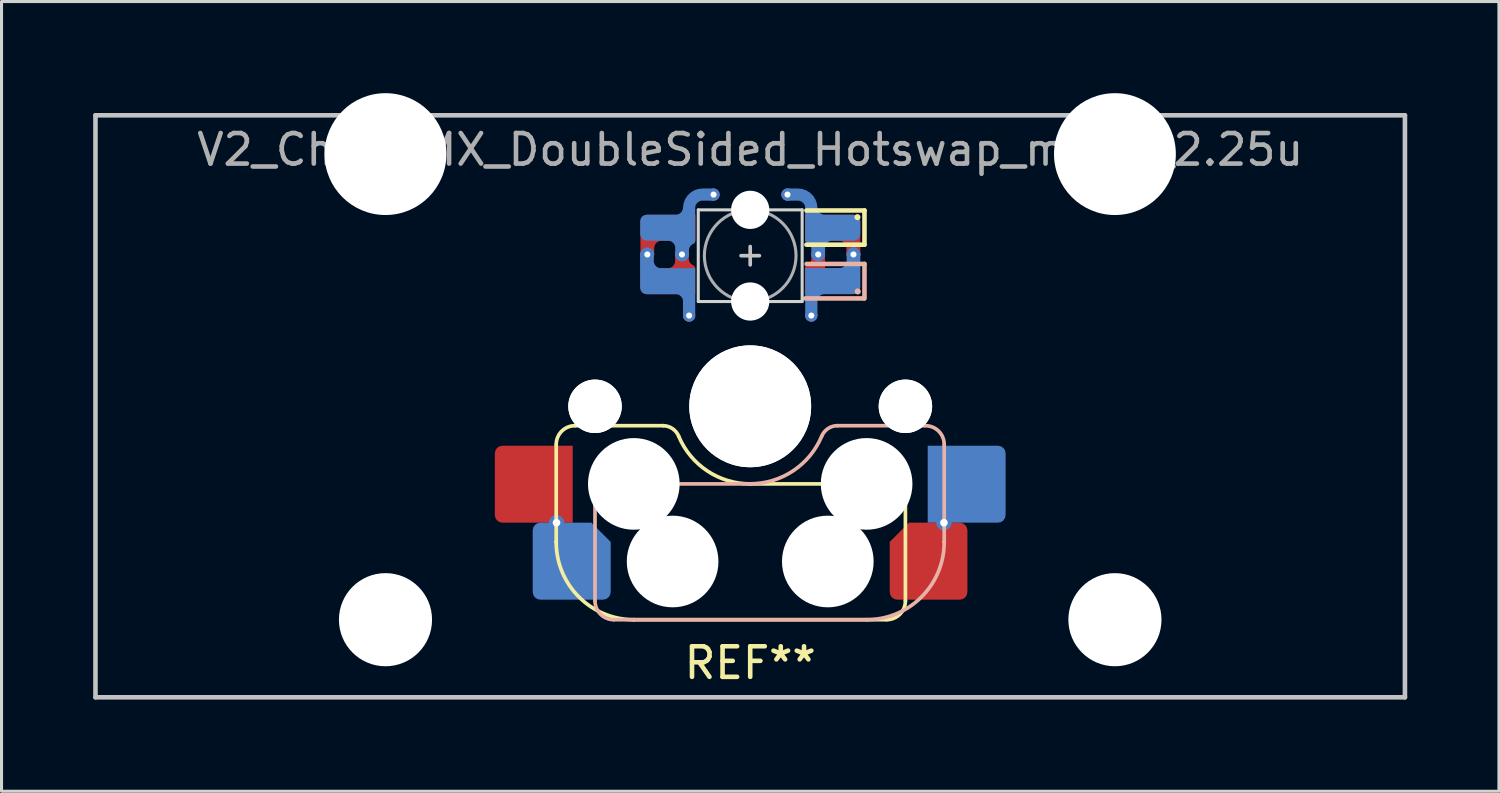
<source format=kicad_pcb>
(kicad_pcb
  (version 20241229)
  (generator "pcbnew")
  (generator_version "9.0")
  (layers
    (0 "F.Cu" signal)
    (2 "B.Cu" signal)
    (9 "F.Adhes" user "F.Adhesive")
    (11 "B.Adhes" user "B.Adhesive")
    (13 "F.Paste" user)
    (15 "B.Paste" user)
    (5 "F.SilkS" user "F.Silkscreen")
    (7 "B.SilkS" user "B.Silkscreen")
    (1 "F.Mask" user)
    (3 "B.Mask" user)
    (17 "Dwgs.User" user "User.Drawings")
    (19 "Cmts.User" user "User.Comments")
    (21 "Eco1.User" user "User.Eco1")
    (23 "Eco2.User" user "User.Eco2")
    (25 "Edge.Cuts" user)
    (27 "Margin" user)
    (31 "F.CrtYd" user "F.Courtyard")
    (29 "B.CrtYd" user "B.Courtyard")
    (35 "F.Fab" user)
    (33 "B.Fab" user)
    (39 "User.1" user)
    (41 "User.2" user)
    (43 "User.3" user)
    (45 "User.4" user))
  (footprint "V2_CherryMX_DoubleSided_Hotswap_miniE_2.25u"
    (layer "F.Cu")
    (at 21.506 10.249)
    (property "Reference" "V2_CherryMX_DoubleSided_Hotswap_miniE_2.25u" (at 0 -8.4 0) (layer "F.Fab") (effects (font (size 1 1) (thickness 0.15))))
    (attr through_hole)
    (fp_line (start -6.35 4.445) (end -6.35 1.26) (stroke (width 0.12) (type solid)) (layer "F.SilkS"))
    (fp_line (start -6.35 4.445) (end -6.35 4.445) (stroke (width 0.12) (type solid)) (layer "F.SilkS"))
    (fp_line (start -5.73 0.635) (end -2.84 0.635) (stroke (width 0.12) (type solid)) (layer "F.SilkS"))
    (fp_line (start -3.81 6.985) (end -3.81 6.985) (stroke (width 0.12) (type solid)) (layer "F.SilkS"))
    (fp_line (start -3.81 6.985) (end 4.46 6.985) (stroke (width 0.12) (type solid)) (layer "F.SilkS"))
    (fp_line (start 0 2.54) (end 0 2.54) (stroke (width 0.12) (type solid)) (layer "F.SilkS"))
    (fp_line (start 0 2.54) (end 5.08 2.54) (stroke (width 0.12) (type solid)) (layer "F.SilkS"))
    (fp_line (start 3.74 -6.41) (end 1.84 -6.41) (stroke (width 0.15) (type solid)) (layer "F.SilkS"))
    (fp_line (start 3.74 -5.29) (end 1.84 -5.29) (stroke (width 0.15) (type solid)) (layer "F.SilkS"))
    (fp_line (start 3.74 -5.29) (end 3.74 -6.41) (stroke (width 0.15) (type solid)) (layer "F.SilkS"))
    (fp_line (start 5.08 2.54) (end 5.08 2.54) (stroke (width 0.12) (type solid)) (layer "F.SilkS"))
    (fp_line (start 5.08 2.54) (end 5.08 2.54) (stroke (width 0.12) (type solid)) (layer "F.SilkS"))
    (fp_line (start 5.08 6.37) (end 5.08 2.54) (stroke (width 0.12) (type solid)) (layer "F.SilkS"))
    (fp_arc (start -6.35 1.25) (mid -6.169871 0.815129) (end -5.735 0.635) (stroke (width 0.12) (type default)) (layer "F.SilkS"))
    (fp_arc (start -3.81 6.985) (mid -5.606051 6.241051) (end -6.35 4.445) (stroke (width 0.12) (type solid)) (layer "F.SilkS"))
    (fp_arc (start -2.840072 0.635) (mid -2.539135 0.734322) (end -2.34 0.980845) (stroke (width 0.12) (type default)) (layer "F.SilkS"))
    (fp_arc (start 0 2.54) (mid -1.405311 2.115199) (end -2.34 0.983072) (stroke (width 0.12) (type solid)) (layer "F.SilkS"))
    (fp_arc (start 5.080129 6.37) (mid 4.900006 6.804877) (end 4.465129 6.985) (stroke (width 0.12) (type default)) (layer "F.SilkS"))
    (fp_circle (center 3.51 -6.19) (end 3.41 -6.19) (stroke (width 0) (type solid)) (fill yes) (layer "F.SilkS"))
    (fp_line (start -5.08 2.54) (end -5.08 2.54) (stroke (width 0.12) (type solid)) (layer "B.SilkS"))
    (fp_line (start -5.08 2.54) (end -5.08 2.54) (stroke (width 0.12) (type solid)) (layer "B.SilkS"))
    (fp_line (start -5.08 6.36) (end -5.08 2.54) (stroke (width 0.12) (type solid)) (layer "B.SilkS"))
    (fp_line (start -4.46 6.985) (end 3.81 6.985) (stroke (width 0.12) (type solid)) (layer "B.SilkS"))
    (fp_line (start 0 2.54) (end -5.08 2.54) (stroke (width 0.12) (type solid)) (layer "B.SilkS"))
    (fp_line (start 0 2.54) (end 0 2.54) (stroke (width 0.12) (type solid)) (layer "B.SilkS"))
    (fp_line (start 1.8 -3.53) (end 3.724 -3.53) (stroke (width 0.15) (type solid)) (layer "B.SilkS"))
    (fp_line (start 2.86 0.635) (end 5.72 0.635) (stroke (width 0.12) (type solid)) (layer "B.SilkS"))
    (fp_line (start 3.74 -4.66) (end 1.846 -4.66) (stroke (width 0.15) (type solid)) (layer "B.SilkS"))
    (fp_line (start 3.74 -3.53) (end 3.74 -4.66) (stroke (width 0.15) (type solid)) (layer "B.SilkS"))
    (fp_line (start 3.81 6.985) (end 3.81 6.985) (stroke (width 0.12) (type solid)) (layer "B.SilkS"))
    (fp_line (start 6.35 1.25) (end 6.35 4.445) (stroke (width 0.12) (type solid)) (layer "B.SilkS"))
    (fp_line (start 6.35 4.445) (end 6.35 4.445) (stroke (width 0.12) (type solid)) (layer "B.SilkS"))
    (fp_arc (start -4.465 6.985) (mid -4.899871 6.804871) (end -5.08 6.37) (stroke (width 0.12) (type default)) (layer "B.SilkS"))
    (fp_arc (start 2.34 0.98) (mid 1.405313 2.11213) (end 0 2.536928) (stroke (width 0.12) (type solid)) (layer "B.SilkS"))
    (fp_arc (start 2.34 0.98) (mid 2.547385 0.72789) (end 2.859999 0.633863) (stroke (width 0.12) (type default)) (layer "B.SilkS"))
    (fp_arc (start 5.735129 0.635) (mid 6.170006 0.815123) (end 6.350129 1.25) (stroke (width 0.12) (type default)) (layer "B.SilkS"))
    (fp_arc (start 6.35 4.445) (mid 5.606051 6.241051) (end 3.81 6.985) (stroke (width 0.12) (type solid)) (layer "B.SilkS"))
    (fp_circle (center 3.52 -3.76) (end 3.62 -3.76) (stroke (width 0) (type solid)) (fill yes) (layer "B.SilkS"))
    (fp_line (start -21.431 -9.525) (end 21.431 -9.525) (stroke (width 0.15) (type solid)) (layer "Dwgs.User"))
    (fp_line (start -21.431 9.525) (end -21.431 -9.525) (stroke (width 0.15) (type solid)) (layer "Dwgs.User"))
    (fp_line (start -0.3 -4.93) (end 0.3 -4.93) (stroke (width 0.12) (type solid)) (layer "Dwgs.User"))
    (fp_line (start 0 -4.63) (end 0 -5.23) (stroke (width 0.12) (type solid)) (layer "Dwgs.User"))
    (fp_line (start 21.431 -9.525) (end 21.431 9.525) (stroke (width 0.15) (type solid)) (layer "Dwgs.User"))
    (fp_line (start 21.431 9.525) (end -21.431 9.525) (stroke (width 0.15) (type solid)) (layer "Dwgs.User"))
    (fp_line (start -1.7 -6.43) (end -1.7 -3.43) (stroke (width 0.1) (type solid)) (layer "Edge.Cuts"))
    (fp_line (start 1.7 -6.43) (end -1.7 -6.43) (stroke (width 0.1) (type solid)) (layer "Edge.Cuts"))
    (fp_line (start 1.7 -3.43) (end -1.7 -3.43) (stroke (width 0.1) (type solid)) (layer "Edge.Cuts"))
    (fp_line (start 1.7 -3.43) (end 1.7 -6.43) (stroke (width 0.1) (type solid)) (layer "Edge.Cuts"))
    (fp_circle (center 0 -4.93) (end 0 -6.43) (stroke (width 0.1) (type solid)) (fill no) (layer "F.Fab"))
    (fp_line (start -9.525 9.525) (end -9.525 -9.525) (stroke (width 0.15) (type solid)) (layer "User.2"))
    (fp_line (start 9.525 -9.525) (end -9.525 -9.525) (stroke (width 0.15) (type solid)) (layer "User.2"))
    (fp_line (start 9.525 9.525) (end -9.525 9.525) (stroke (width 0.15) (type solid)) (layer "User.2"))
    (fp_line (start 9.525 9.525) (end 9.525 -9.525) (stroke (width 0.15) (type solid)) (layer "User.2"))
    (fp_text user "REF**" (at 0 8.4 0) (unlocked yes) (layer "F.SilkS") (effects (font (size 1 1) (thickness 0.15))))
    (pad "" np_thru_hole circle (at -11.938 -8.255) (size 3.988 3.988) (drill 3.988) (layers "*.Cu" "*.Mask"))
    (pad "" np_thru_hole circle (at -11.938 6.985) (size 3.048 3.048) (drill 3.048) (layers "*.Cu" "*.Mask"))
    (pad "" np_thru_hole circle (at -5.08 0 180) (size 1.75 1.75) (drill 1.75) (layers "*.Cu" "*.Mask"))
    (pad "" np_thru_hole circle (at -5.08 0 180) (size 1.75 1.75) (drill 1.75) (layers "*.Cu" "*.Mask"))
    (pad "" np_thru_hole circle (at -3.81 2.54 180) (size 3 3) (drill 3) (layers "*.Cu" "*.Mask"))
    (pad "" smd roundrect (at -2.69 -5.845) (size 1.82 0.85) (layers "B.Mask") (roundrect_rratio 0.25) (chamfer_ratio 0) (chamfer top_right bottom_right))
    (pad "" smd roundrect (at -2.69 -4.095 180) (size 1.82 0.85) (layers "F.Mask") (roundrect_rratio 0.25) (chamfer_ratio 0) (chamfer top_left bottom_left))
    (pad "" smd roundrect (at -2.69 -4.095) (size 1.82 0.84) (layers "B.Mask") (roundrect_rratio 0.25) (chamfer_ratio 0) (chamfer top_right bottom_right))
    (pad "" smd roundrect (at -2.685 -5.855 180) (size 1.83 0.85) (layers "F.Mask") (roundrect_rratio 0.25) (chamfer_ratio 0) (chamfer top_left bottom_left))
    (pad "" np_thru_hole circle (at -2.54 5.08 180) (size 3 3) (drill 3) (layers "*.Cu" "*.Mask"))
    (pad "" np_thru_hole circle (at 0 -6.43 180) (size 1.25 1.25) (drill 1.25) (layers "*.Cu" "*.Mask"))
    (pad "" np_thru_hole circle (at 0 -3.43 180) (size 1.25 1.25) (drill 1.25) (layers "*.Cu" "*.Mask"))
    (pad "" np_thru_hole circle (at 0 0 180) (size 3.988 3.988) (drill 3.988) (layers "*.Cu" "*.Mask"))
    (pad "" np_thru_hole circle (at 0 0 180) (size 3.988 3.988) (drill 3.988) (layers "*.Cu" "*.Mask"))
    (pad "" smd rect (at 2.47 -5.85) (size 1.38 0.84) (layers "F.Mask"))
    (pad "" smd rect (at 2.47 -4.09 180) (size 1.38 0.84) (layers "B.Mask"))
    (pad "" np_thru_hole circle (at 2.54 5.08 180) (size 3 3) (drill 3) (layers "*.Cu" "*.Mask"))
    (pad "" smd roundrect (at 2.685 -4.095) (size 1.83 0.85) (layers "F.Mask") (roundrect_rratio 0.25) (chamfer_ratio 0) (chamfer top_left bottom_left))
    (pad "" smd roundrect (at 2.69 -5.84 180) (size 1.82 0.84) (layers "B.Mask") (roundrect_rratio 0.25) (chamfer_ratio 0) (chamfer top_right bottom_right))
    (pad "" smd roundrect (at 2.855 -5.85) (size 1.49 0.84) (layers "F.Mask") (roundrect_rratio 0.25) (chamfer_ratio 0.5) (chamfer top_right))
    (pad "" smd roundrect (at 2.855 -4.09 180) (size 1.49 0.84) (layers "B.Mask") (roundrect_rratio 0.25) (chamfer_ratio 0.5) (chamfer top_left))
    (pad "" np_thru_hole circle (at 3.81 2.54 180) (size 3 3) (drill 3) (layers "*.Cu" "*.Mask"))
    (pad "" np_thru_hole circle (at 5.08 0 180) (size 1.75 1.75) (drill 1.75) (layers "*.Cu" "*.Mask"))
    (pad "" np_thru_hole circle (at 5.08 0 180) (size 1.75 1.75) (drill 1.75) (layers "*.Cu" "*.Mask"))
    (pad "" np_thru_hole circle (at 11.938 -8.255) (size 3.988 3.988) (drill 3.988) (layers "*.Cu" "*.Mask"))
    (pad "" np_thru_hole circle (at 11.938 6.985) (size 3.048 3.048) (drill 3.048) (layers "*.Cu" "*.Mask"))
    (pad "1" smd custom (at -2.7 -5.845) (size 0.85 0.85) (layers "B.Cu") (options (anchor circle)) (primitives (gr_arc (start 0.698874 -0.666126) (mid 0.57 -0.355) (end 0.258874 -0.226126) (width 0.4)) (gr_arc (start 0.7 -0.645) (mid 0.828874 -0.956126) (end 1.14 -1.085) (width 0.4)) (gr_line (start 1.18 -1.085) (end 1.48 -1.085) (width 0.4)) (gr_line (start 0.7 -0.645) (end 0.7 -0.165) (width 0.4)) (gr_line (start 0.47 0.875) (end 0.47 0.275) (width 0.45)) (gr_arc (start 0.592691 0.750315) (mid 0.650001 0.56089) (end 0.802705 0.435002) (width 0.2)) (gr_arc (start 0.005 0.225) (mid 0.316126 0.353874) (end 0.445 0.665) (width 0.4)) (gr_poly (pts (xy -0.9 -0.212) (xy -0.884 -0.294) (xy -0.838 -0.363) (xy -0.769 -0.409) (xy -0.688 -0.425) (xy 0.9 -0.425) (xy 0.9 0.425) (xy -0.688 0.425) (xy -0.769 0.409) (xy -0.838 0.363) (xy -0.884 0.294) (xy -0.9 0.212)) (width 0) (fill yes))))
    (pad "1" smd custom (at -2.7 -4.095) (size 0.85 0.85) (layers "F.Cu") (options (anchor circle)) (primitives (gr_arc (start 0.44 -0.665) (mid 0.311126 -0.353874) (end 0 -0.225) (width 0.4)) (gr_arc (start 0.798298 -0.429684) (mid 0.645594 -0.555573) (end 0.588284 -0.744999) (width 0.2)) (gr_line (start 0.466 -0.874) (end 0.466 -0.184) (width 0.45)) (gr_poly (pts (xy -0.9 -0.212) (xy -0.884 -0.294) (xy -0.838 -0.363) (xy -0.769 -0.409) (xy -0.688 -0.425) (xy 0.9 -0.425) (xy 0.9 0.425) (xy -0.688 0.425) (xy -0.769 0.409) (xy -0.838 0.363) (xy -0.884 0.294) (xy -0.9 0.212)) (width 0) (fill yes))))
    (pad "1" thru_hole circle (at -2.234 -4.969 180) (size 0.45 0.45) (drill 0.2) (layers "*.Cu"))
    (pad "1" thru_hole circle (at -1.2 -6.93) (size 0.4 0.4) (drill 0.2) (layers "*.Cu"))
    (pad "2" thru_hole circle (at -3.368 -4.97 180) (size 0.45 0.45) (drill 0.2) (layers "*.Cu"))
    (pad "2" smd custom (at -2.7 -4.095 180) (size 0.85 0.85) (layers "B.Cu") (options (anchor circle)) (primitives (gr_poly (pts (xy -0.9 -0.425) (xy 0.688 -0.425) (xy 0.769 -0.409) (xy 0.838 -0.363) (xy 0.884 -0.294) (xy 0.9 -0.212) (xy 0.9 0.212) (xy 0.884 0.294) (xy 0.838 0.363) (xy 0.769 0.409) (xy 0.688 0.425) (xy -0.9 0.425)) (width 0) (fill yes)) (gr_line (start -0.7 -1.125) (end -0.7 -0.225) (width 0.4)) (gr_arc (start -0.26 -0.226126) (mid -0.571126 -0.355) (end -0.7 -0.666126) (width 0.4)) (gr_line (start 0.68 0.875) (end 0.68 0.275) (width 0.45)) (gr_arc (start 0.215 0.225) (mid 0.526126 0.353874) (end 0.655 0.665) (width 0.4))))
    (pad "2" smd custom (at -2.693 -5.845 180) (size 0.85 0.85) (layers "F.Cu") (options (anchor circle)) (primitives (gr_arc (start 0.645874 -0.666126) (mid 0.517 -0.355) (end 0.205874 -0.226126) (width 0.4)) (gr_line (start 0.675 -0.875) (end 0.675 -0.135) (width 0.45)) (gr_poly (pts (xy -0.9 -0.425) (xy 0.9 -0.425) (xy 0.9 0.212) (xy 0.884 0.294) (xy 0.838 0.363) (xy 0.769 0.409) (xy 0.688 0.425) (xy -0.9 0.425)) (width 0) (fill yes))))
    (pad "2" thru_hole circle (at -2 -2.97 180) (size 0.4 0.4) (drill 0.2) (layers "*.Cu"))
    (pad "3" thru_hole circle (at 2 -2.97 180) (size 0.4 0.4) (drill 0.2) (layers "*.Cu"))
    (pad "3" smd custom (at 2.7 -4.1 180) (size 0.85 0.85) (layers "B.Cu") (options (anchor circle)) (primitives (gr_poly (pts (xy 0.9 -0.425) (xy -0.688 -0.425) (xy -0.769 -0.409) (xy -0.838 -0.363) (xy -0.884 -0.294) (xy -0.9 -0.212) (xy -0.9 0.212) (xy -0.884 0.294) (xy -0.838 0.363) (xy -0.769 0.409) (xy -0.688 0.425) (xy 0.9 0.425)) (width 0) (fill yes)) (gr_line (start 0.7 -0.225) (end 0.7 -1.125) (width 0.4)) (gr_arc (start 0.7 -0.666126) (mid 0.571126 -0.355) (end 0.26 -0.226126) (width 0.4)) (gr_line (start -0.68 0.275) (end -0.68 0.875) (width 0.45)) (gr_arc (start -0.655 0.665) (mid -0.526126 0.353874) (end -0.215 0.225) (width 0.4))))
    (pad "3" smd custom (at 2.705 -5.845 180) (size 0.85 0.85) (layers "F.Cu") (options (anchor circle)) (primitives (gr_arc (start -0.205 -0.225) (mid -0.516126 -0.353874) (end -0.645 -0.665) (width 0.4)) (gr_poly (pts (xy -0.494 -0.354) (xy -0.85 -0.354) (xy -0.85 -0.887) (xy -0.494 -0.887)) (width 0.1) (fill yes)) (gr_poly (pts (xy -0.9 -0.425) (xy 0.91 -0.425) (xy 0.91 0.425) (xy -0.688 0.425) (xy -0.769 0.409) (xy -0.838 0.363) (xy -0.884 0.294) (xy -0.9 0.212)) (width 0) (fill yes))))
    (pad "3" thru_hole circle (at 3.38 -4.97 180) (size 0.45 0.45) (drill 0.2) (layers "*.Cu"))
    (pad "4" thru_hole circle (at 1.22 -6.93) (size 0.4 0.4) (drill 0.2) (layers "*.Cu"))
    (pad "4" thru_hole circle (at 2.225 -4.97 180) (size 0.45 0.45) (drill 0.2) (layers "*.Cu"))
    (pad "4" smd custom (at 2.7 -5.845) (size 0.85 0.85) (layers "B.Cu") (options (anchor circle)) (primitives (gr_arc (start -0.26 -0.226126) (mid -0.571126 -0.355) (end -0.7 -0.666126) (width 0.4)) (gr_line (start -0.7 -0.645) (end -0.7 -0.165) (width 0.4)) (gr_arc (start -1.14 -1.085) (mid -0.828874 -0.956126) (end -0.7 -0.645) (width 0.4)) (gr_line (start -1.18 -1.085) (end -1.48 -1.085) (width 0.4)) (gr_line (start -0.475 0.875) (end -0.475 0.275) (width 0.45)) (gr_arc (start -0.8 0.415) (mid -0.647296 0.540889) (end -0.589986 0.730315) (width 0.2)) (gr_arc (start -0.45 0.665) (mid -0.321126 0.353874) (end -0.01 0.225) (width 0.4)) (gr_poly (pts (xy -0.9 -0.425) (xy 0.688 -0.425) (xy 0.769 -0.409) (xy 0.838 -0.363) (xy 0.884 -0.294) (xy 0.9 -0.212) (xy 0.9 0.212) (xy 0.884 0.294) (xy 0.838 0.363) (xy 0.769 0.409) (xy 0.688 0.425) (xy -0.9 0.425)) (width 0) (fill yes))))
    (pad "4" smd custom (at 2.7 -4.095) (size 0.85 0.85) (layers "F.Cu") (options (anchor circle)) (primitives (gr_line (start -0.475 -0.875) (end -0.475 -0.235) (width 0.45)) (gr_arc (start -0.599987 -0.740315) (mid -0.657296 -0.550889) (end -0.81 -0.425001) (width 0.2)) (gr_poly (pts (xy -0.91 -0.425) (xy 0.688 -0.425) (xy 0.769 -0.409) (xy 0.838 -0.363) (xy 0.884 -0.294) (xy 0.9 -0.212) (xy 0.9 0.212) (xy 0.884 0.294) (xy 0.838 0.363) (xy 0.769 0.409) (xy 0.688 0.425) (xy -0.91 0.425)) (width 0) (fill yes))))
    (pad "5" smd roundrect (at 5.838 5.07 180) (size 2.543 2.52) (layers "F.Cu" "F.Mask" "F.Paste") (roundrect_rratio 0.1) (chamfer_ratio 0.25) (chamfer bottom_right))
    (pad "5" thru_hole circle (at 6.34 3.81 180) (size 0.5 0.5) (drill 0.25) (layers "*.Cu"))
    (pad "5" smd roundrect (at 7.085 2.55 180) (size 2.55 2.52) (layers "B.Cu" "B.Mask" "B.Paste") (roundrect_rratio 0.1) (chamfer_ratio 0) (chamfer top_right bottom_right))
    (pad "6" smd roundrect (at -7.085 2.55 180) (size 2.55 2.52) (layers "F.Cu" "F.Mask" "F.Paste") (roundrect_rratio 0.1) (chamfer_ratio 0) (chamfer top_left bottom_left))
    (pad "6" thru_hole circle (at -6.34 3.81 180) (size 0.5 0.5) (drill 0.25) (layers "*.Cu"))
    (pad "6" smd roundrect (at -5.843 5.07 180) (size 2.553 2.52) (layers "B.Cu" "B.Mask" "B.Paste") (roundrect_rratio 0.1) (chamfer_ratio 0.25) (chamfer bottom_left)))
  (gr_rect
    (start -3 -3)
    (end 46.013 22.849)
    (stroke (width 0.1) (type default))
    (fill no)
    (layer "Edge.Cuts")))
</source>
